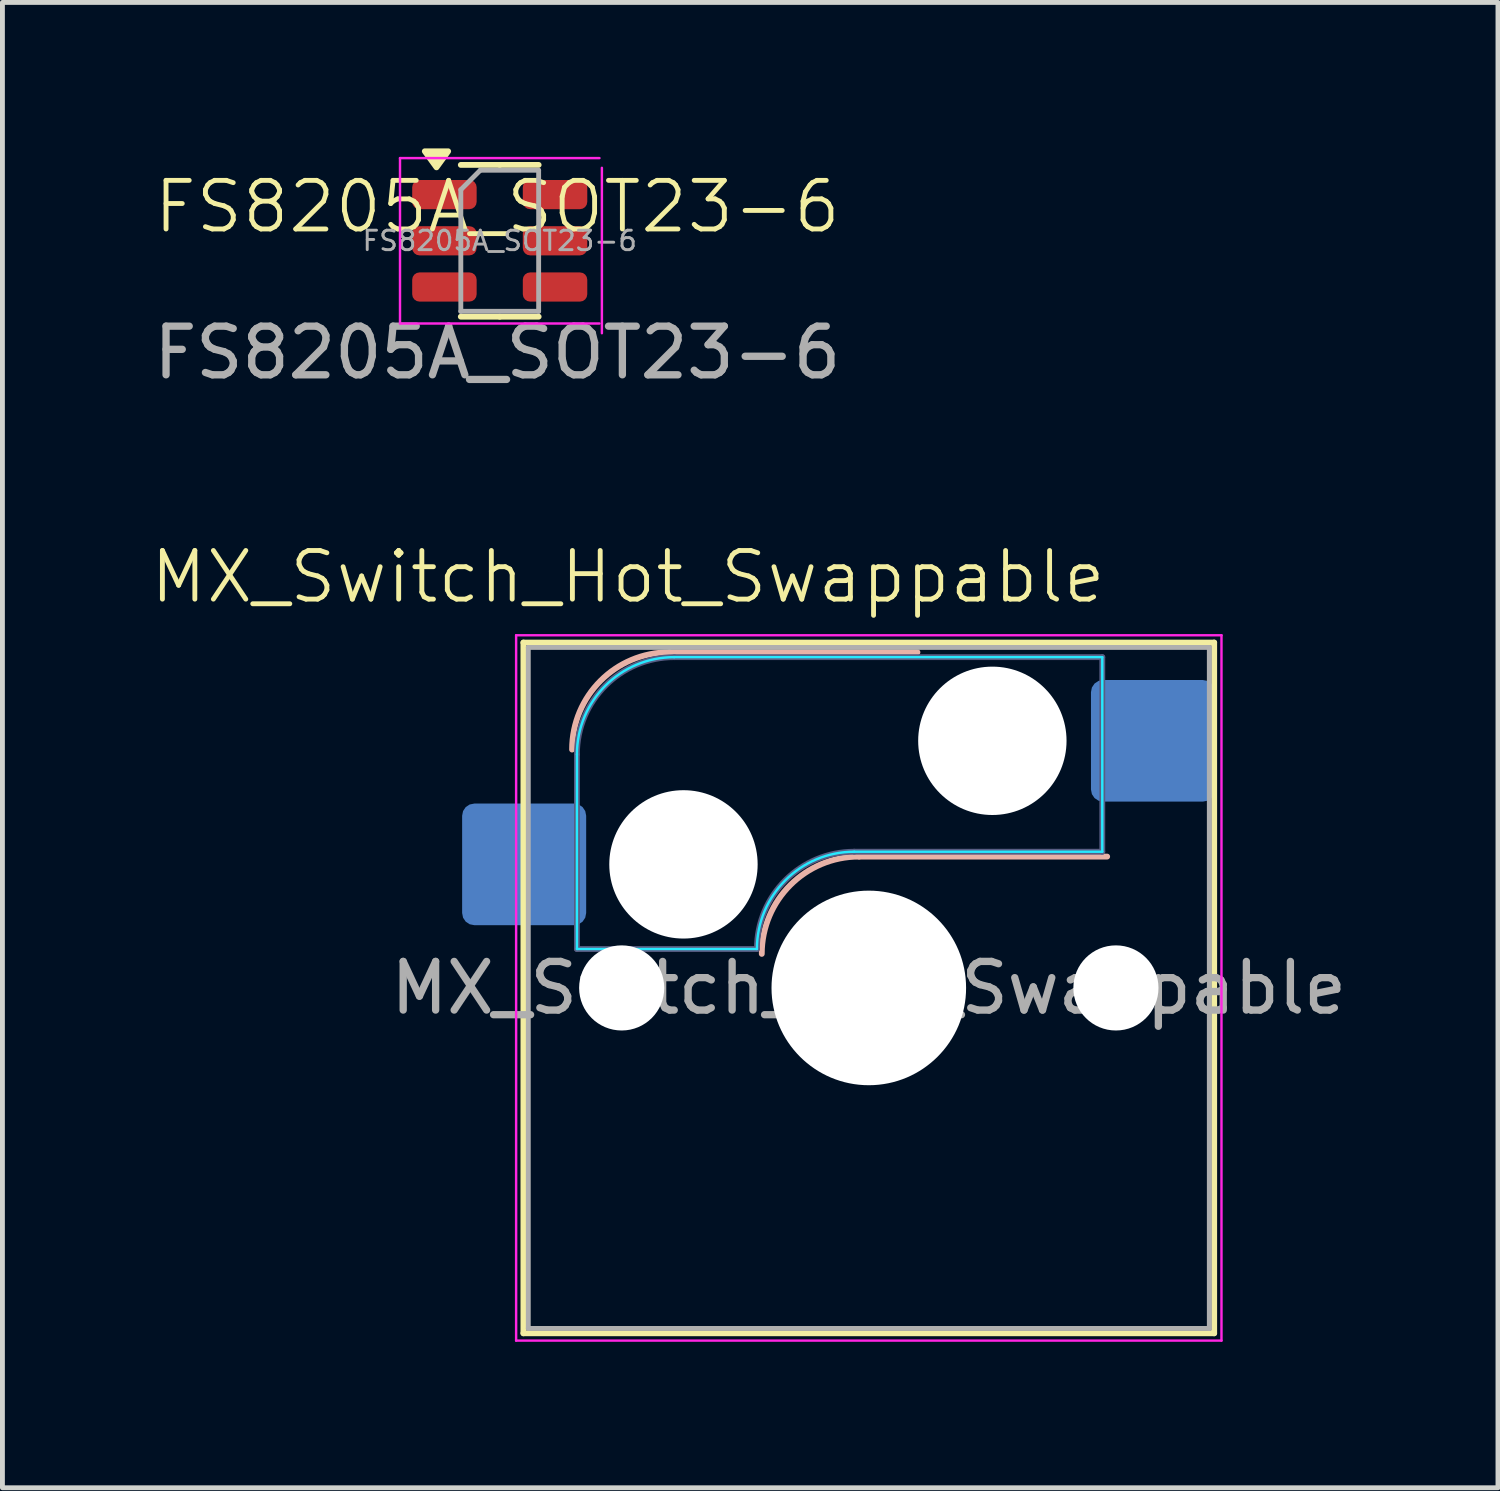
<source format=kicad_pcb>
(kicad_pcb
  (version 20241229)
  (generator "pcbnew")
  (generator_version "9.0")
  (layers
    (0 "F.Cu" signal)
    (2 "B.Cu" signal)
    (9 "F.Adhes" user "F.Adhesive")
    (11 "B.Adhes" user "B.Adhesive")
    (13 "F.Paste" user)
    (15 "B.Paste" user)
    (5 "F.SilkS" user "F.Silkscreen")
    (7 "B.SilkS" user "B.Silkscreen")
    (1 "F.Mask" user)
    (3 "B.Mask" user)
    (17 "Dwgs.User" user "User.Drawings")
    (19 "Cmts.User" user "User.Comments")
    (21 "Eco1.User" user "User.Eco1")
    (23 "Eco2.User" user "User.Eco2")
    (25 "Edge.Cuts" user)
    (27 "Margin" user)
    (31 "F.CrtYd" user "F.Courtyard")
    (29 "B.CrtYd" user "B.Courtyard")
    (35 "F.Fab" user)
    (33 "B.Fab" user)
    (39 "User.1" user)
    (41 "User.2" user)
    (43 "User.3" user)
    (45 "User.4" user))
  (footprint "FS8205A_SOT23-6"
    (layer "F.Cu")
    (at 7.223 1.9)
    (property "Reference" "FS8205A_SOT23-6" (at -0.05 -0.7 0) (unlocked yes) (layer "F.SilkS") (effects (font (size 1 1) (thickness 0.1))))
    (attr smd)
    (fp_line (start 0 -1.56) (end -0.8 -1.56) (stroke (width 0.12) (type solid)) (layer "F.SilkS"))
    (fp_line (start 0 -1.56) (end 0.8 -1.56) (stroke (width 0.12) (type solid)) (layer "F.SilkS"))
    (fp_line (start 0 1.56) (end -0.8 1.56) (stroke (width 0.12) (type solid)) (layer "F.SilkS"))
    (fp_line (start 0 1.56) (end 0.8 1.56) (stroke (width 0.12) (type solid)) (layer "F.SilkS"))
    (fp_poly (pts (xy -1.3 -1.51) (xy -1.54 -1.84) (xy -1.06 -1.84) (xy -1.3 -1.51)) (stroke (width 0.12) (type solid)) (fill yes) (layer "F.SilkS"))
    (fp_line (start -2.05 -1.7) (end -2.05 1.7) (stroke (width 0.05) (type solid)) (layer "F.CrtYd"))
    (fp_line (start -2.05 1.7) (end 2.05 1.7) (stroke (width 0.05) (type solid)) (layer "F.CrtYd"))
    (fp_line (start 2.05 -1.7) (end -2.05 -1.7) (stroke (width 0.05) (type solid)) (layer "F.CrtYd"))
    (fp_line (start 2.1 1.9) (end 2.1 -1.5) (stroke (width 0.05) (type solid)) (layer "F.CrtYd"))
    (fp_line (start -0.8 -1.05) (end -0.4 -1.45) (stroke (width 0.1) (type solid)) (layer "F.Fab"))
    (fp_line (start -0.8 1.45) (end -0.8 -1.05) (stroke (width 0.1) (type solid)) (layer "F.Fab"))
    (fp_line (start -0.4 -1.45) (end 0.8 -1.45) (stroke (width 0.1) (type solid)) (layer "F.Fab"))
    (fp_line (start 0.8 -1.45) (end 0.8 1.45) (stroke (width 0.1) (type solid)) (layer "F.Fab"))
    (fp_line (start 0.8 1.45) (end -0.8 1.45) (stroke (width 0.1) (type solid)) (layer "F.Fab"))
    (fp_text user "${REFERENCE}" (at -0.05 2.3 0) (unlocked yes) (layer "F.Fab") (effects (font (size 1 1) (thickness 0.15))))
    (fp_text user "${REFERENCE}" (at 0 0 0) (layer "F.Fab") (effects (font (size 0.4 0.4) (thickness 0.06))))
    (pad "D1/D2" smd roundrect (at -1.137 0) (size 1.325 0.6) (layers "F.Cu" "F.Mask" "F.Paste") (roundrect_rratio 0.25))
    (pad "D1/D2" smd roundrect (at 1.137 0) (size 1.325 0.6) (layers "F.Cu" "F.Mask" "F.Paste") (roundrect_rratio 0.25))
    (pad "G1" smd roundrect (at 1.137 -0.95) (size 1.325 0.6) (layers "F.Cu" "F.Mask" "F.Paste") (roundrect_rratio 0.25))
    (pad "G2" smd roundrect (at 1.137 0.95) (size 1.325 0.6) (layers "F.Cu" "F.Mask" "F.Paste") (roundrect_rratio 0.25))
    (pad "S1" smd roundrect (at -1.137 -0.95) (size 1.325 0.6) (layers "F.Cu" "F.Mask" "F.Paste") (roundrect_rratio 0.25))
    (pad "S2" smd roundrect (at -1.137 0.95) (size 1.325 0.6) (layers "F.Cu" "F.Mask" "F.Paste") (roundrect_rratio 0.25)))
  (footprint "MX_Switch_Hot_Swappable"
    (layer "F.Cu")
    (at 14.81 17.259)
    (property "Reference" "MX_Switch_Hot_Swappable" (at -4.95 -8.45 0) (unlocked yes) (layer "F.SilkS") (effects (font (size 1 1) (thickness 0.1))))
    (attr smd)
    (fp_line (start -7.1 -7.1) (end -7.1 7.1) (stroke (width 0.12) (type solid)) (layer "F.SilkS"))
    (fp_line (start -7.1 7.1) (end 7.1 7.1) (stroke (width 0.12) (type solid)) (layer "F.SilkS"))
    (fp_line (start 7.1 -7.1) (end -7.1 -7.1) (stroke (width 0.12) (type solid)) (layer "F.SilkS"))
    (fp_line (start 7.1 7.1) (end 7.1 -7.1) (stroke (width 0.12) (type solid)) (layer "F.SilkS"))
    (fp_line (start -4.1 -6.9) (end 1 -6.9) (stroke (width 0.12) (type solid)) (layer "B.SilkS"))
    (fp_line (start -0.2 -2.7) (end 4.9 -2.7) (stroke (width 0.12) (type solid)) (layer "B.SilkS"))
    (fp_arc (start -6.1 -4.9) (mid -5.514214 -6.314214) (end -4.1 -6.9) (stroke (width 0.12) (type solid)) (layer "B.SilkS"))
    (fp_arc (start -2.2 -0.7) (mid -1.614214 -2.114214) (end -0.2 -2.7) (stroke (width 0.12) (type solid)) (layer "B.SilkS"))
    (fp_line (start -7.8 -6) (end -7 -6) (stroke (width 0.1) (type solid)) (layer "Eco1.User"))
    (fp_line (start -7.8 -2.9) (end -7.8 -6) (stroke (width 0.1) (type solid)) (layer "Eco1.User"))
    (fp_line (start -7.8 2.9) (end -7 2.9) (stroke (width 0.1) (type solid)) (layer "Eco1.User"))
    (fp_line (start -7.8 6) (end -7.8 2.9) (stroke (width 0.1) (type solid)) (layer "Eco1.User"))
    (fp_line (start -7 -7) (end 7 -7) (stroke (width 0.1) (type solid)) (layer "Eco1.User"))
    (fp_line (start -7 -6) (end -7 -7) (stroke (width 0.1) (type solid)) (layer "Eco1.User"))
    (fp_line (start -7 -2.9) (end -7.8 -2.9) (stroke (width 0.1) (type solid)) (layer "Eco1.User"))
    (fp_line (start -7 2.9) (end -7 -2.9) (stroke (width 0.1) (type solid)) (layer "Eco1.User"))
    (fp_line (start -7 6) (end -7.8 6) (stroke (width 0.1) (type solid)) (layer "Eco1.User"))
    (fp_line (start -7 7) (end -7 6) (stroke (width 0.1) (type solid)) (layer "Eco1.User"))
    (fp_line (start 7 -7) (end 7 -6) (stroke (width 0.1) (type solid)) (layer "Eco1.User"))
    (fp_line (start 7 -6) (end 7.8 -6) (stroke (width 0.1) (type solid)) (layer "Eco1.User"))
    (fp_line (start 7 -2.9) (end 7 2.9) (stroke (width 0.1) (type solid)) (layer "Eco1.User"))
    (fp_line (start 7 2.9) (end 7.8 2.9) (stroke (width 0.1) (type solid)) (layer "Eco1.User"))
    (fp_line (start 7 6) (end 7 7) (stroke (width 0.1) (type solid)) (layer "Eco1.User"))
    (fp_line (start 7 7) (end -7 7) (stroke (width 0.1) (type solid)) (layer "Eco1.User"))
    (fp_line (start 7.8 -6) (end 7.8 -2.9) (stroke (width 0.1) (type solid)) (layer "Eco1.User"))
    (fp_line (start 7.8 -2.9) (end 7 -2.9) (stroke (width 0.1) (type solid)) (layer "Eco1.User"))
    (fp_line (start 7.8 2.9) (end 7.8 6) (stroke (width 0.1) (type solid)) (layer "Eco1.User"))
    (fp_line (start 7.8 6) (end 7 6) (stroke (width 0.1) (type solid)) (layer "Eco1.User"))
    (fp_line (start -6 -0.8) (end -6 -4.8) (stroke (width 0.05) (type solid)) (layer "B.CrtYd"))
    (fp_line (start -6 -0.8) (end -2.3 -0.8) (stroke (width 0.05) (type solid)) (layer "B.CrtYd"))
    (fp_line (start -4 -6.8) (end 4.8 -6.8) (stroke (width 0.05) (type solid)) (layer "B.CrtYd"))
    (fp_line (start -0.3 -2.8) (end 4.8 -2.8) (stroke (width 0.05) (type solid)) (layer "B.CrtYd"))
    (fp_line (start 4.8 -6.8) (end 4.8 -2.8) (stroke (width 0.05) (type solid)) (layer "B.CrtYd"))
    (fp_arc (start -6 -4.8) (mid -5.414214 -6.214214) (end -4 -6.8) (stroke (width 0.05) (type solid)) (layer "B.CrtYd"))
    (fp_arc (start -2.3 -0.8) (mid -1.714214 -2.214214) (end -0.3 -2.8) (stroke (width 0.05) (type solid)) (layer "B.CrtYd"))
    (fp_line (start -7.25 -7.25) (end -7.25 7.25) (stroke (width 0.05) (type solid)) (layer "F.CrtYd"))
    (fp_line (start -7.25 7.25) (end 7.25 7.25) (stroke (width 0.05) (type solid)) (layer "F.CrtYd"))
    (fp_line (start 7.25 -7.25) (end -7.25 -7.25) (stroke (width 0.05) (type solid)) (layer "F.CrtYd"))
    (fp_line (start 7.25 7.25) (end 7.25 -7.25) (stroke (width 0.05) (type solid)) (layer "F.CrtYd"))
    (fp_line (start -6 -0.8) (end -6 -4.8) (stroke (width 0.12) (type solid)) (layer "B.Fab"))
    (fp_line (start -6 -0.8) (end -2.3 -0.8) (stroke (width 0.12) (type solid)) (layer "B.Fab"))
    (fp_line (start -4 -6.8) (end 4.8 -6.8) (stroke (width 0.12) (type solid)) (layer "B.Fab"))
    (fp_line (start -0.3 -2.8) (end 4.8 -2.8) (stroke (width 0.12) (type solid)) (layer "B.Fab"))
    (fp_line (start 4.8 -6.8) (end 4.8 -2.8) (stroke (width 0.12) (type solid)) (layer "B.Fab"))
    (fp_arc (start -6 -4.8) (mid -5.414214 -6.214214) (end -4 -6.8) (stroke (width 0.12) (type solid)) (layer "B.Fab"))
    (fp_arc (start -2.3 -0.8) (mid -1.714214 -2.214214) (end -0.3 -2.8) (stroke (width 0.12) (type solid)) (layer "B.Fab"))
    (fp_line (start -7 -7) (end -7 7) (stroke (width 0.1) (type solid)) (layer "F.Fab"))
    (fp_line (start -7 7) (end 7 7) (stroke (width 0.1) (type solid)) (layer "F.Fab"))
    (fp_line (start 7 -7) (end -7 -7) (stroke (width 0.1) (type solid)) (layer "F.Fab"))
    (fp_line (start 7 7) (end 7 -7) (stroke (width 0.1) (type solid)) (layer "F.Fab"))
    (fp_text user "${REFERENCE}" (at 0 0 0) (layer "F.Fab") (effects (font (size 1 1) (thickness 0.15))))
    (pad "" np_thru_hole circle (at -5.08 0) (size 1.75 1.75) (drill 1.75) (layers "*.Cu" "*.Mask"))
    (pad "" np_thru_hole circle (at -3.81 -2.54) (size 3.05 3.05) (drill 3.05) (layers "*.Cu" "*.Mask"))
    (pad "" np_thru_hole circle (at 0 0) (size 4 4) (drill 4) (layers "*.Cu" "*.Mask"))
    (pad "" np_thru_hole circle (at 2.54 -5.08) (size 3.05 3.05) (drill 3.05) (layers "*.Cu" "*.Mask"))
    (pad "" np_thru_hole circle (at 5.08 0) (size 1.75 1.75) (drill 1.75) (layers "*.Cu" "*.Mask"))
    (pad "1" smd roundrect (at -7.085 -2.54) (size 2.55 2.5) (layers "B.Cu" "B.Mask" "B.Paste") (roundrect_rratio 0.1))
    (pad "2" smd roundrect (at 5.842 -5.08) (size 2.55 2.5) (layers "B.Cu" "B.Mask" "B.Paste") (roundrect_rratio 0.1)))
  (gr_rect
    (start -3 -3)
    (end 27.744 27.534)
    (stroke (width 0.1) (type default))
    (fill no)
    (layer "Edge.Cuts")))
</source>
